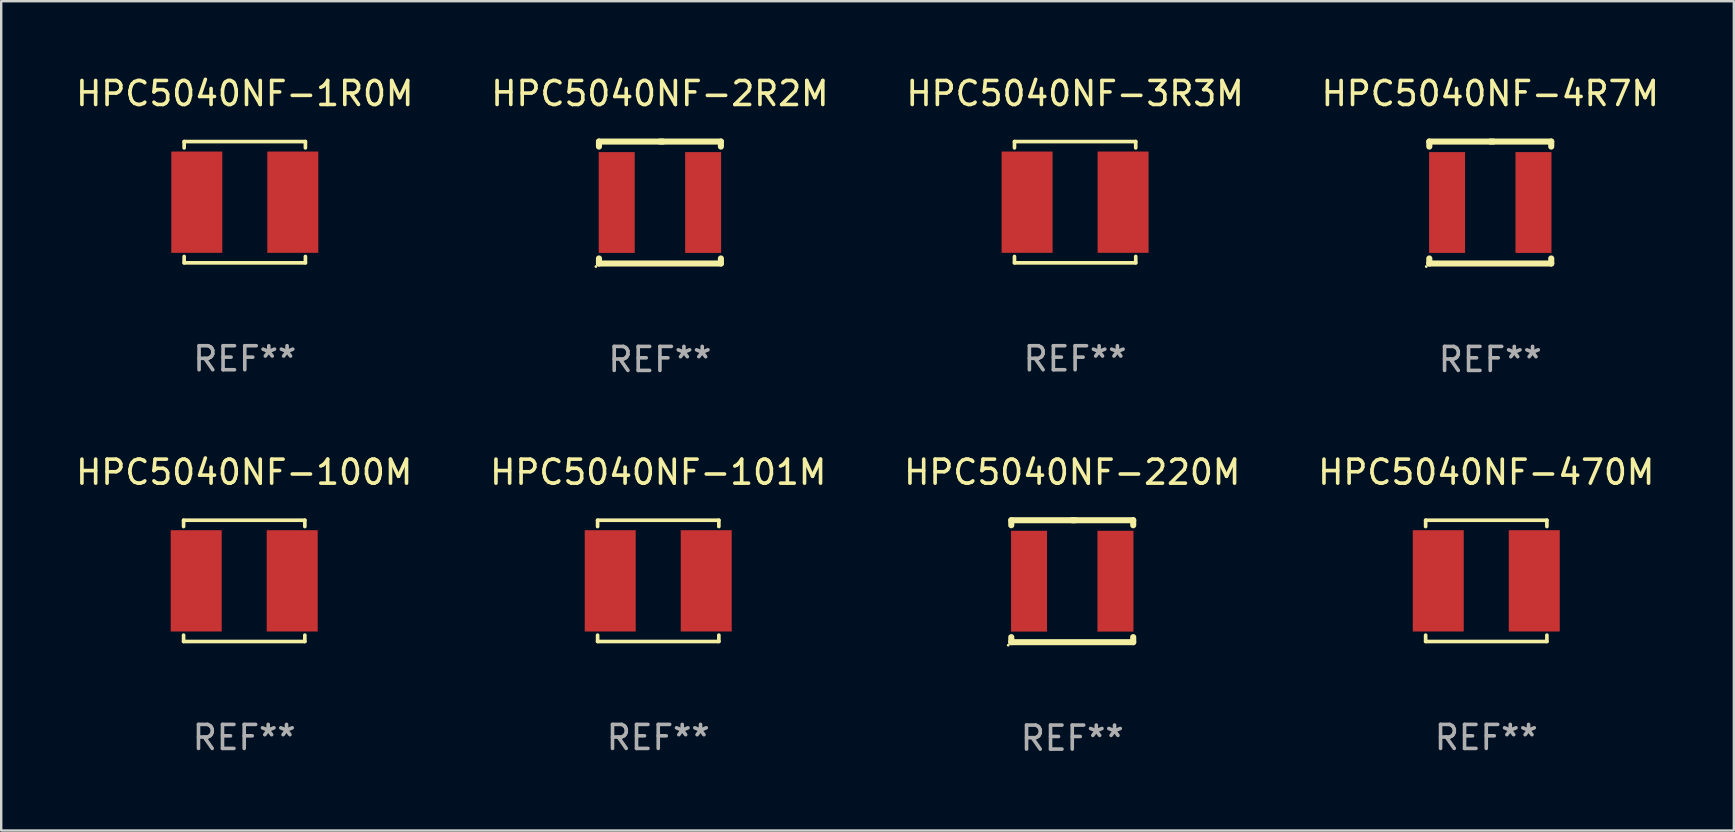
<source format=kicad_pcb>
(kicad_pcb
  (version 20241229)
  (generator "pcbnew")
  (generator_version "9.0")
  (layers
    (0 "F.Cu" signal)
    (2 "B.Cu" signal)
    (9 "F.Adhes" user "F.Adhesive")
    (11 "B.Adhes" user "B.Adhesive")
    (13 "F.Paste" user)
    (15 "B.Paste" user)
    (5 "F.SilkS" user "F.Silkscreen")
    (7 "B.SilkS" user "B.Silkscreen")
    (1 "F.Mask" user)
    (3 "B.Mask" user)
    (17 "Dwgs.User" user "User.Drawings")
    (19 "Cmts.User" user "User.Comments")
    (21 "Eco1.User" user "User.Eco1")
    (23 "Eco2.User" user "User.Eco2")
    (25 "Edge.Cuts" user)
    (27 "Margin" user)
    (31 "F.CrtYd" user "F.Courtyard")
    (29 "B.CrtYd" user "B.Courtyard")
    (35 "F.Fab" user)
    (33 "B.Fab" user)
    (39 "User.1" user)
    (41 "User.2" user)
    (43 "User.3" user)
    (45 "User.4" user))
  (footprint "HPC5040NF-220M"
    (layer "F.Cu")
    (at 41.625 21.165)
    (property "Reference" "HPC5040NF-220M" (at 0 -4.54 0) (layer "F.SilkS") (effects (font (size 1 1) (thickness 0.15))))
    (attr through_hole)
    (fp_line (start -2.54 -2.54) (end 0.127 -2.54) (stroke (width 0.254) (type solid)) (layer "F.SilkS"))
    (fp_line (start -2.54 -2.331) (end -2.54 -2.54) (stroke (width 0.254) (type solid)) (layer "F.SilkS"))
    (fp_line (start -2.54 2.54) (end -2.54 2.331) (stroke (width 0.254) (type solid)) (layer "F.SilkS"))
    (fp_line (start 0 -2.54) (end 2.54 -2.54) (stroke (width 0.254) (type solid)) (layer "F.SilkS"))
    (fp_line (start 2.54 -2.54) (end 2.54 -2.331) (stroke (width 0.254) (type solid)) (layer "F.SilkS"))
    (fp_line (start 2.54 2.331) (end 2.54 2.54) (stroke (width 0.254) (type solid)) (layer "F.SilkS"))
    (fp_line (start 2.54 2.54) (end -2.54 2.54) (stroke (width 0.254) (type solid)) (layer "F.SilkS"))
    (fp_circle (center -2.667 2.667) (end -2.637 2.667) (stroke (width 0.06) (type solid)) (fill no) (layer "F.SilkS"))
    (fp_text user "REF**" (at 0 6.54 0) (layer "F.Fab") (effects (font (size 1 1) (thickness 0.15))))
    (pad "1" smd rect (at -1.8 0) (size 1.5 4.2) (layers "F.Cu" "F.Mask" "F.Paste"))
    (pad "2" smd rect (at 1.8 0) (size 1.5 4.2) (layers "F.Cu" "F.Mask" "F.Paste")))
  (footprint "HPC5040NF-100M"
    (layer "F.Cu")
    (at 7.125 21.151)
    (property "Reference" "HPC5040NF-100M" (at 0 -4.526 0) (layer "F.SilkS") (effects (font (size 1 1) (thickness 0.15))))
    (attr through_hole)
    (fp_line (start -2.526 -2.526) (end 2.526 -2.526) (stroke (width 0.152) (type solid)) (layer "F.SilkS"))
    (fp_line (start -2.526 -2.262) (end -2.526 -2.526) (stroke (width 0.152) (type solid)) (layer "F.SilkS"))
    (fp_line (start -2.526 2.262) (end -2.526 2.526) (stroke (width 0.152) (type solid)) (layer "F.SilkS"))
    (fp_line (start -2.526 2.526) (end 2.526 2.526) (stroke (width 0.152) (type solid)) (layer "F.SilkS"))
    (fp_line (start 2.526 -2.526) (end 2.526 -2.262) (stroke (width 0.152) (type solid)) (layer "F.SilkS"))
    (fp_line (start 2.526 2.526) (end 2.526 2.262) (stroke (width 0.152) (type solid)) (layer "F.SilkS"))
    (fp_circle (center 2.5 -2.5) (end 2.53 -2.5) (stroke (width 0.06) (type solid)) (fill no) (layer "F.SilkS"))
    (fp_text user "REF**" (at 0 6.526 0) (layer "F.Fab") (effects (font (size 1 1) (thickness 0.15))))
    (pad "1" smd rect (at 2 0) (size 2.124 4.22) (layers "F.Cu" "F.Mask" "F.Paste"))
    (pad "2" smd rect (at -2 0) (size 2.124 4.22) (layers "F.Cu" "F.Mask" "F.Paste")))
  (footprint "HPC5040NF-470M"
    (layer "F.Cu")
    (at 58.875 21.151)
    (property "Reference" "HPC5040NF-470M" (at 0 -4.526 0) (layer "F.SilkS") (effects (font (size 1 1) (thickness 0.15))))
    (attr through_hole)
    (fp_line (start -2.526 -2.526) (end 2.526 -2.526) (stroke (width 0.152) (type solid)) (layer "F.SilkS"))
    (fp_line (start -2.526 -2.262) (end -2.526 -2.526) (stroke (width 0.152) (type solid)) (layer "F.SilkS"))
    (fp_line (start -2.526 2.262) (end -2.526 2.526) (stroke (width 0.152) (type solid)) (layer "F.SilkS"))
    (fp_line (start -2.526 2.526) (end 2.526 2.526) (stroke (width 0.152) (type solid)) (layer "F.SilkS"))
    (fp_line (start 2.526 -2.526) (end 2.526 -2.262) (stroke (width 0.152) (type solid)) (layer "F.SilkS"))
    (fp_line (start 2.526 2.526) (end 2.526 2.262) (stroke (width 0.152) (type solid)) (layer "F.SilkS"))
    (fp_circle (center 2.5 -2.5) (end 2.53 -2.5) (stroke (width 0.06) (type solid)) (fill no) (layer "F.SilkS"))
    (fp_text user "REF**" (at 0 6.526 0) (layer "F.Fab") (effects (font (size 1 1) (thickness 0.15))))
    (pad "1" smd rect (at 2 0) (size 2.124 4.22) (layers "F.Cu" "F.Mask" "F.Paste"))
    (pad "2" smd rect (at -2 0) (size 2.124 4.22) (layers "F.Cu" "F.Mask" "F.Paste")))
  (footprint "HPC5040NF-3R3M"
    (layer "F.Cu")
    (at 41.744 5.374)
    (property "Reference" "HPC5040NF-3R3M" (at 0 -4.526 0) (layer "F.SilkS") (effects (font (size 1 1) (thickness 0.15))))
    (attr through_hole)
    (fp_line (start -2.526 -2.526) (end 2.526 -2.526) (stroke (width 0.152) (type solid)) (layer "F.SilkS"))
    (fp_line (start -2.526 -2.262) (end -2.526 -2.526) (stroke (width 0.152) (type solid)) (layer "F.SilkS"))
    (fp_line (start -2.526 2.262) (end -2.526 2.526) (stroke (width 0.152) (type solid)) (layer "F.SilkS"))
    (fp_line (start -2.526 2.526) (end 2.526 2.526) (stroke (width 0.152) (type solid)) (layer "F.SilkS"))
    (fp_line (start 2.526 -2.526) (end 2.526 -2.262) (stroke (width 0.152) (type solid)) (layer "F.SilkS"))
    (fp_line (start 2.526 2.526) (end 2.526 2.262) (stroke (width 0.152) (type solid)) (layer "F.SilkS"))
    (fp_circle (center 2.5 -2.5) (end 2.53 -2.5) (stroke (width 0.06) (type solid)) (fill no) (layer "F.SilkS"))
    (fp_text user "REF**" (at 0 6.526 0) (layer "F.Fab") (effects (font (size 1 1) (thickness 0.15))))
    (pad "1" smd rect (at 2 0) (size 2.124 4.22) (layers "F.Cu" "F.Mask" "F.Paste"))
    (pad "2" smd rect (at -2 0) (size 2.124 4.22) (layers "F.Cu" "F.Mask" "F.Paste")))
  (footprint "HPC5040NF-1R0M"
    (layer "F.Cu")
    (at 7.149 5.374)
    (property "Reference" "HPC5040NF-1R0M" (at 0 -4.526 0) (layer "F.SilkS") (effects (font (size 1 1) (thickness 0.15))))
    (attr through_hole)
    (fp_line (start -2.526 -2.526) (end 2.526 -2.526) (stroke (width 0.152) (type solid)) (layer "F.SilkS"))
    (fp_line (start -2.526 -2.262) (end -2.526 -2.526) (stroke (width 0.152) (type solid)) (layer "F.SilkS"))
    (fp_line (start -2.526 2.262) (end -2.526 2.526) (stroke (width 0.152) (type solid)) (layer "F.SilkS"))
    (fp_line (start -2.526 2.526) (end 2.526 2.526) (stroke (width 0.152) (type solid)) (layer "F.SilkS"))
    (fp_line (start 2.526 -2.526) (end 2.526 -2.262) (stroke (width 0.152) (type solid)) (layer "F.SilkS"))
    (fp_line (start 2.526 2.526) (end 2.526 2.262) (stroke (width 0.152) (type solid)) (layer "F.SilkS"))
    (fp_circle (center 2.5 -2.5) (end 2.53 -2.5) (stroke (width 0.06) (type solid)) (fill no) (layer "F.SilkS"))
    (fp_text user "REF**" (at 0 6.526 0) (layer "F.Fab") (effects (font (size 1 1) (thickness 0.15))))
    (pad "1" smd rect (at 2 0) (size 2.124 4.22) (layers "F.Cu" "F.Mask" "F.Paste"))
    (pad "2" smd rect (at -2 0) (size 2.124 4.22) (layers "F.Cu" "F.Mask" "F.Paste")))
  (footprint "HPC5040NF-4R7M"
    (layer "F.Cu")
    (at 59.042 5.388)
    (property "Reference" "HPC5040NF-4R7M" (at 0 -4.54 0) (layer "F.SilkS") (effects (font (size 1 1) (thickness 0.15))))
    (attr through_hole)
    (fp_line (start -2.54 -2.54) (end 0.127 -2.54) (stroke (width 0.254) (type solid)) (layer "F.SilkS"))
    (fp_line (start -2.54 -2.331) (end -2.54 -2.54) (stroke (width 0.254) (type solid)) (layer "F.SilkS"))
    (fp_line (start -2.54 2.54) (end -2.54 2.331) (stroke (width 0.254) (type solid)) (layer "F.SilkS"))
    (fp_line (start 0 -2.54) (end 2.54 -2.54) (stroke (width 0.254) (type solid)) (layer "F.SilkS"))
    (fp_line (start 2.54 -2.54) (end 2.54 -2.331) (stroke (width 0.254) (type solid)) (layer "F.SilkS"))
    (fp_line (start 2.54 2.331) (end 2.54 2.54) (stroke (width 0.254) (type solid)) (layer "F.SilkS"))
    (fp_line (start 2.54 2.54) (end -2.54 2.54) (stroke (width 0.254) (type solid)) (layer "F.SilkS"))
    (fp_circle (center -2.667 2.667) (end -2.637 2.667) (stroke (width 0.06) (type solid)) (fill no) (layer "F.SilkS"))
    (fp_text user "REF**" (at 0 6.54 0) (layer "F.Fab") (effects (font (size 1 1) (thickness 0.15))))
    (pad "1" smd rect (at -1.8 0) (size 1.5 4.2) (layers "F.Cu" "F.Mask" "F.Paste"))
    (pad "2" smd rect (at 1.8 0) (size 1.5 4.2) (layers "F.Cu" "F.Mask" "F.Paste")))
  (footprint "HPC5040NF-2R2M"
    (layer "F.Cu")
    (at 24.446 5.388)
    (property "Reference" "HPC5040NF-2R2M" (at 0 -4.54 0) (layer "F.SilkS") (effects (font (size 1 1) (thickness 0.15))))
    (attr through_hole)
    (fp_line (start -2.54 -2.54) (end 0.127 -2.54) (stroke (width 0.254) (type solid)) (layer "F.SilkS"))
    (fp_line (start -2.54 -2.331) (end -2.54 -2.54) (stroke (width 0.254) (type solid)) (layer "F.SilkS"))
    (fp_line (start -2.54 2.54) (end -2.54 2.331) (stroke (width 0.254) (type solid)) (layer "F.SilkS"))
    (fp_line (start 0 -2.54) (end 2.54 -2.54) (stroke (width 0.254) (type solid)) (layer "F.SilkS"))
    (fp_line (start 2.54 -2.54) (end 2.54 -2.331) (stroke (width 0.254) (type solid)) (layer "F.SilkS"))
    (fp_line (start 2.54 2.331) (end 2.54 2.54) (stroke (width 0.254) (type solid)) (layer "F.SilkS"))
    (fp_line (start 2.54 2.54) (end -2.54 2.54) (stroke (width 0.254) (type solid)) (layer "F.SilkS"))
    (fp_circle (center -2.667 2.667) (end -2.637 2.667) (stroke (width 0.06) (type solid)) (fill no) (layer "F.SilkS"))
    (fp_text user "REF**" (at 0 6.54 0) (layer "F.Fab") (effects (font (size 1 1) (thickness 0.15))))
    (pad "1" smd rect (at -1.8 0) (size 1.5 4.2) (layers "F.Cu" "F.Mask" "F.Paste"))
    (pad "2" smd rect (at 1.8 0) (size 1.5 4.2) (layers "F.Cu" "F.Mask" "F.Paste")))
  (footprint "HPC5040NF-101M"
    (layer "F.Cu")
    (at 24.375 21.151)
    (property "Reference" "HPC5040NF-101M" (at 0 -4.526 0) (layer "F.SilkS") (effects (font (size 1 1) (thickness 0.15))))
    (attr through_hole)
    (fp_line (start -2.526 -2.526) (end 2.526 -2.526) (stroke (width 0.152) (type solid)) (layer "F.SilkS"))
    (fp_line (start -2.526 -2.262) (end -2.526 -2.526) (stroke (width 0.152) (type solid)) (layer "F.SilkS"))
    (fp_line (start -2.526 2.262) (end -2.526 2.526) (stroke (width 0.152) (type solid)) (layer "F.SilkS"))
    (fp_line (start -2.526 2.526) (end 2.526 2.526) (stroke (width 0.152) (type solid)) (layer "F.SilkS"))
    (fp_line (start 2.526 -2.526) (end 2.526 -2.262) (stroke (width 0.152) (type solid)) (layer "F.SilkS"))
    (fp_line (start 2.526 2.526) (end 2.526 2.262) (stroke (width 0.152) (type solid)) (layer "F.SilkS"))
    (fp_circle (center 2.5 -2.5) (end 2.53 -2.5) (stroke (width 0.06) (type solid)) (fill no) (layer "F.SilkS"))
    (fp_text user "REF**" (at 0 6.526 0) (layer "F.Fab") (effects (font (size 1 1) (thickness 0.15))))
    (pad "1" smd rect (at 2 0) (size 2.124 4.22) (layers "F.Cu" "F.Mask" "F.Paste"))
    (pad "2" smd rect (at -2 0) (size 2.124 4.22) (layers "F.Cu" "F.Mask" "F.Paste")))
  (gr_rect
    (start -3 -3)
    (end 69.19 31.553)
    (stroke (width 0.1) (type default))
    (fill no)
    (layer "Edge.Cuts")))
</source>
